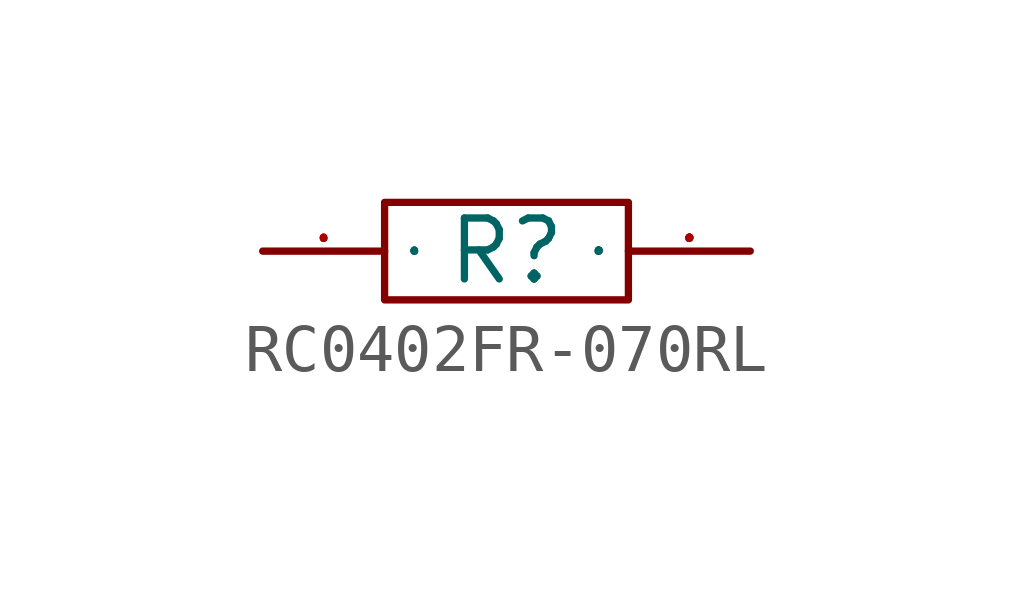
<source format=kicad_sym>
(kicad_symbol_lib
  (version 20241209)
  (generator "kicad_symbol_editor")
  (generator_version "9.0")
  (symbol "RC0402FR-070RL"
    (property "Reference" "R"
      (at 0 0 0)
      (effects (font (size 1.27 1.27))))
    (symbol "RC0402FR-070RL_1_0"
      (rectangle (start -2.54 -1.016) (end 2.54 1.016) (stroke (width 0) (type default)) (fill (type none)))
      (pin input line (at -5.08 0 0) (length 2.54) (name "1" (effects (font (size 0.025 0.025)))) (number "1" (effects (font (size 0.025 0.025)))))
      (pin input line (at 5.08 0 180) (length 2.54) (name "2" (effects (font (size 0.025 0.025)))) (number "2" (effects (font (size 0.025 0.025))))))))
</source>
